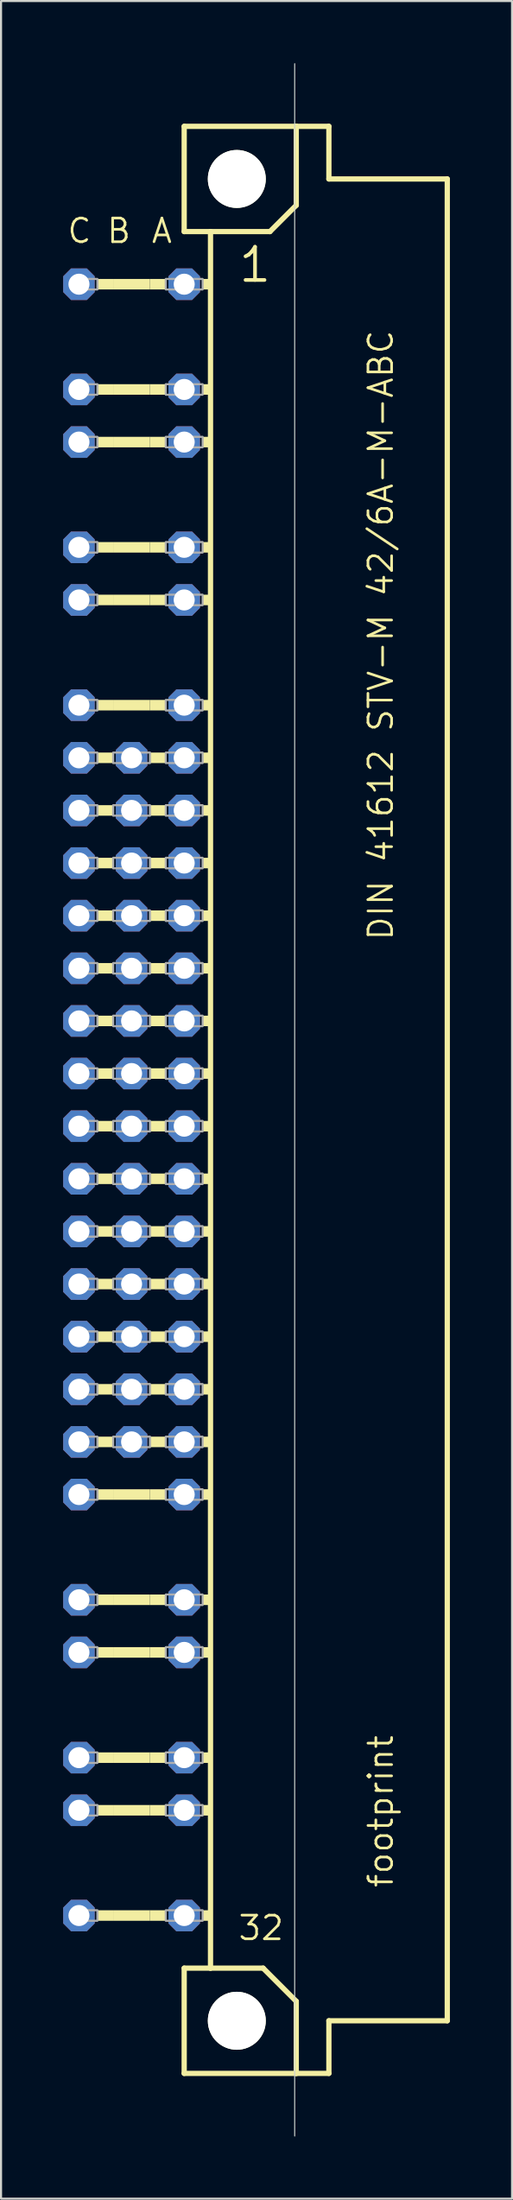
<source format=kicad_pcb>
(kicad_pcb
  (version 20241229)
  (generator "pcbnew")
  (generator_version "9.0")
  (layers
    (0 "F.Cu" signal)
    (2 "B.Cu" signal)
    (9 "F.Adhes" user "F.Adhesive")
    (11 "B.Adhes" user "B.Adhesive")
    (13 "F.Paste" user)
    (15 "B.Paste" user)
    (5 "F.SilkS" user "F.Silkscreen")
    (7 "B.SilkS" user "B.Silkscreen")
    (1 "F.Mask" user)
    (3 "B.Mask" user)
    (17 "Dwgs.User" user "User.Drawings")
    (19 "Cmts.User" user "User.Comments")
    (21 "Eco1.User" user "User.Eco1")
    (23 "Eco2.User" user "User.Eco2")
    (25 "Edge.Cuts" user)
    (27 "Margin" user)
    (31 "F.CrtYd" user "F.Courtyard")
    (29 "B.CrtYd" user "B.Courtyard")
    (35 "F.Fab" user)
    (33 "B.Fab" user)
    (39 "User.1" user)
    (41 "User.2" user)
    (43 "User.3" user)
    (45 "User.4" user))
  (footprint "footprint"
    (layer "F.Cu")
    (at 8.382 50.038)
    (property "Reference" "footprint" (at 7.62 38.1 90) (layer "F.SilkS") (effects (font (size 1.143 1.143) (thickness 0.127)) (justify left bottom)))
    (fp_line (start -2.54 -46.99) (end -2.54 -41.91) (stroke (width 0.254) (type solid)) (layer "F.SilkS"))
    (fp_line (start -2.54 -41.91) (end -1.27 -41.91) (stroke (width 0.254) (type solid)) (layer "F.SilkS"))
    (fp_line (start -2.54 41.91) (end -2.54 46.99) (stroke (width 0.254) (type solid)) (layer "F.SilkS"))
    (fp_line (start -2.54 41.91) (end -1.27 41.91) (stroke (width 0.254) (type solid)) (layer "F.SilkS"))
    (fp_line (start -2.54 46.99) (end 2.87 46.99) (stroke (width 0.254) (type solid)) (layer "F.SilkS"))
    (fp_line (start -1.27 -41.91) (end -1.27 41.91) (stroke (width 0.254) (type solid)) (layer "F.SilkS"))
    (fp_line (start -1.27 -41.91) (end 1.6 -41.91) (stroke (width 0.254) (type solid)) (layer "F.SilkS"))
    (fp_line (start -1.27 41.91) (end 1.27 41.91) (stroke (width 0.254) (type solid)) (layer "F.SilkS"))
    (fp_line (start 1.6 -41.91) (end 2.87 -43.18) (stroke (width 0.254) (type solid)) (layer "F.SilkS"))
    (fp_line (start 2.87 -46.99) (end -2.54 -46.99) (stroke (width 0.254) (type solid)) (layer "F.SilkS"))
    (fp_line (start 2.87 -43.18) (end 2.87 -46.99) (stroke (width 0.254) (type solid)) (layer "F.SilkS"))
    (fp_line (start 2.87 43.51) (end 1.27 41.91) (stroke (width 0.254) (type solid)) (layer "F.SilkS"))
    (fp_line (start 2.87 43.51) (end 2.87 46.99) (stroke (width 0.254) (type solid)) (layer "F.SilkS"))
    (fp_line (start 2.87 46.99) (end 4.445 46.99) (stroke (width 0.254) (type solid)) (layer "F.SilkS"))
    (fp_line (start 4.445 -46.99) (end 2.87 -46.99) (stroke (width 0.254) (type solid)) (layer "F.SilkS"))
    (fp_line (start 4.445 -44.45) (end 4.445 -46.99) (stroke (width 0.254) (type solid)) (layer "F.SilkS"))
    (fp_line (start 4.445 44.45) (end 10.16 44.45) (stroke (width 0.254) (type solid)) (layer "F.SilkS"))
    (fp_line (start 4.445 46.99) (end 4.445 44.45) (stroke (width 0.254) (type solid)) (layer "F.SilkS"))
    (fp_line (start 10.16 -44.45) (end 4.445 -44.45) (stroke (width 0.254) (type solid)) (layer "F.SilkS"))
    (fp_line (start 10.16 44.45) (end 10.16 -44.45) (stroke (width 0.254) (type solid)) (layer "F.SilkS"))
    (fp_circle (center 0 -44.45) (end 1.27 -44.45) (stroke (width 0.254) (type solid)) (fill no) (layer "F.SilkS"))
    (fp_circle (center 0 44.45) (end 1.27 44.45) (stroke (width 0.254) (type solid)) (fill no) (layer "F.SilkS"))
    (fp_poly (pts (xy -6.731 -39.116) (xy -5.969 -39.116) (xy -5.969 -39.624) (xy -6.731 -39.624)) (stroke (width 0) (type solid)) (fill yes) (layer "F.SilkS"))
    (fp_poly (pts (xy -6.731 -34.036) (xy -5.969 -34.036) (xy -5.969 -34.544) (xy -6.731 -34.544)) (stroke (width 0) (type solid)) (fill yes) (layer "F.SilkS"))
    (fp_poly (pts (xy -6.731 -31.496) (xy -5.969 -31.496) (xy -5.969 -32.004) (xy -6.731 -32.004)) (stroke (width 0) (type solid)) (fill yes) (layer "F.SilkS"))
    (fp_poly (pts (xy -6.731 -26.416) (xy -5.969 -26.416) (xy -5.969 -26.924) (xy -6.731 -26.924)) (stroke (width 0) (type solid)) (fill yes) (layer "F.SilkS"))
    (fp_poly (pts (xy -6.731 -23.876) (xy -5.969 -23.876) (xy -5.969 -24.384) (xy -6.731 -24.384)) (stroke (width 0) (type solid)) (fill yes) (layer "F.SilkS"))
    (fp_poly (pts (xy -6.731 -18.796) (xy -5.969 -18.796) (xy -5.969 -19.304) (xy -6.731 -19.304)) (stroke (width 0) (type solid)) (fill yes) (layer "F.SilkS"))
    (fp_poly (pts (xy -6.731 -16.256) (xy -5.969 -16.256) (xy -5.969 -16.764) (xy -6.731 -16.764)) (stroke (width 0) (type solid)) (fill yes) (layer "F.SilkS"))
    (fp_poly (pts (xy -6.731 -13.716) (xy -5.969 -13.716) (xy -5.969 -14.224) (xy -6.731 -14.224)) (stroke (width 0) (type solid)) (fill yes) (layer "F.SilkS"))
    (fp_poly (pts (xy -6.731 -11.176) (xy -5.969 -11.176) (xy -5.969 -11.684) (xy -6.731 -11.684)) (stroke (width 0) (type solid)) (fill yes) (layer "F.SilkS"))
    (fp_poly (pts (xy -6.731 -8.636) (xy -5.969 -8.636) (xy -5.969 -9.144) (xy -6.731 -9.144)) (stroke (width 0) (type solid)) (fill yes) (layer "F.SilkS"))
    (fp_poly (pts (xy -6.731 -6.096) (xy -5.969 -6.096) (xy -5.969 -6.604) (xy -6.731 -6.604)) (stroke (width 0) (type solid)) (fill yes) (layer "F.SilkS"))
    (fp_poly (pts (xy -6.731 -3.556) (xy -5.969 -3.556) (xy -5.969 -4.064) (xy -6.731 -4.064)) (stroke (width 0) (type solid)) (fill yes) (layer "F.SilkS"))
    (fp_poly (pts (xy -6.731 -1.016) (xy -5.969 -1.016) (xy -5.969 -1.524) (xy -6.731 -1.524)) (stroke (width 0) (type solid)) (fill yes) (layer "F.SilkS"))
    (fp_poly (pts (xy -6.731 1.524) (xy -5.969 1.524) (xy -5.969 1.016) (xy -6.731 1.016)) (stroke (width 0) (type solid)) (fill yes) (layer "F.SilkS"))
    (fp_poly (pts (xy -6.731 4.064) (xy -5.969 4.064) (xy -5.969 3.556) (xy -6.731 3.556)) (stroke (width 0) (type solid)) (fill yes) (layer "F.SilkS"))
    (fp_poly (pts (xy -6.731 6.604) (xy -5.969 6.604) (xy -5.969 6.096) (xy -6.731 6.096)) (stroke (width 0) (type solid)) (fill yes) (layer "F.SilkS"))
    (fp_poly (pts (xy -6.731 9.144) (xy -5.969 9.144) (xy -5.969 8.636) (xy -6.731 8.636)) (stroke (width 0) (type solid)) (fill yes) (layer "F.SilkS"))
    (fp_poly (pts (xy -6.731 11.684) (xy -5.969 11.684) (xy -5.969 11.176) (xy -6.731 11.176)) (stroke (width 0) (type solid)) (fill yes) (layer "F.SilkS"))
    (fp_poly (pts (xy -6.731 14.224) (xy -5.969 14.224) (xy -5.969 13.716) (xy -6.731 13.716)) (stroke (width 0) (type solid)) (fill yes) (layer "F.SilkS"))
    (fp_poly (pts (xy -6.731 16.764) (xy -5.969 16.764) (xy -5.969 16.256) (xy -6.731 16.256)) (stroke (width 0) (type solid)) (fill yes) (layer "F.SilkS"))
    (fp_poly (pts (xy -6.731 19.304) (xy -5.969 19.304) (xy -5.969 18.796) (xy -6.731 18.796)) (stroke (width 0) (type solid)) (fill yes) (layer "F.SilkS"))
    (fp_poly (pts (xy -6.731 24.384) (xy -5.969 24.384) (xy -5.969 23.876) (xy -6.731 23.876)) (stroke (width 0) (type solid)) (fill yes) (layer "F.SilkS"))
    (fp_poly (pts (xy -6.731 26.924) (xy -5.969 26.924) (xy -5.969 26.416) (xy -6.731 26.416)) (stroke (width 0) (type solid)) (fill yes) (layer "F.SilkS"))
    (fp_poly (pts (xy -6.731 32.004) (xy -5.969 32.004) (xy -5.969 31.496) (xy -6.731 31.496)) (stroke (width 0) (type solid)) (fill yes) (layer "F.SilkS"))
    (fp_poly (pts (xy -6.731 34.544) (xy -5.969 34.544) (xy -5.969 34.036) (xy -6.731 34.036)) (stroke (width 0) (type solid)) (fill yes) (layer "F.SilkS"))
    (fp_poly (pts (xy -6.731 39.624) (xy -5.969 39.624) (xy -5.969 39.116) (xy -6.731 39.116)) (stroke (width 0) (type solid)) (fill yes) (layer "F.SilkS"))
    (fp_poly (pts (xy -5.969 -39.116) (xy -4.191 -39.116) (xy -4.191 -39.624) (xy -5.969 -39.624)) (stroke (width 0) (type solid)) (fill yes) (layer "F.SilkS"))
    (fp_poly (pts (xy -5.969 -34.036) (xy -4.191 -34.036) (xy -4.191 -34.544) (xy -5.969 -34.544)) (stroke (width 0) (type solid)) (fill yes) (layer "F.SilkS"))
    (fp_poly (pts (xy -5.969 -31.496) (xy -4.191 -31.496) (xy -4.191 -32.004) (xy -5.969 -32.004)) (stroke (width 0) (type solid)) (fill yes) (layer "F.SilkS"))
    (fp_poly (pts (xy -5.969 -26.416) (xy -4.191 -26.416) (xy -4.191 -26.924) (xy -5.969 -26.924)) (stroke (width 0) (type solid)) (fill yes) (layer "F.SilkS"))
    (fp_poly (pts (xy -5.969 -23.876) (xy -4.191 -23.876) (xy -4.191 -24.384) (xy -5.969 -24.384)) (stroke (width 0) (type solid)) (fill yes) (layer "F.SilkS"))
    (fp_poly (pts (xy -5.969 -18.796) (xy -4.191 -18.796) (xy -4.191 -19.304) (xy -5.969 -19.304)) (stroke (width 0) (type solid)) (fill yes) (layer "F.SilkS"))
    (fp_poly (pts (xy -5.969 19.304) (xy -4.191 19.304) (xy -4.191 18.796) (xy -5.969 18.796)) (stroke (width 0) (type solid)) (fill yes) (layer "F.SilkS"))
    (fp_poly (pts (xy -5.969 24.384) (xy -4.191 24.384) (xy -4.191 23.876) (xy -5.969 23.876)) (stroke (width 0) (type solid)) (fill yes) (layer "F.SilkS"))
    (fp_poly (pts (xy -5.969 26.924) (xy -4.191 26.924) (xy -4.191 26.416) (xy -5.969 26.416)) (stroke (width 0) (type solid)) (fill yes) (layer "F.SilkS"))
    (fp_poly (pts (xy -5.969 32.004) (xy -4.191 32.004) (xy -4.191 31.496) (xy -5.969 31.496)) (stroke (width 0) (type solid)) (fill yes) (layer "F.SilkS"))
    (fp_poly (pts (xy -5.969 34.544) (xy -4.191 34.544) (xy -4.191 34.036) (xy -5.969 34.036)) (stroke (width 0) (type solid)) (fill yes) (layer "F.SilkS"))
    (fp_poly (pts (xy -5.969 39.624) (xy -4.191 39.624) (xy -4.191 39.116) (xy -5.969 39.116)) (stroke (width 0) (type solid)) (fill yes) (layer "F.SilkS"))
    (fp_poly (pts (xy -4.191 -39.116) (xy -3.429 -39.116) (xy -3.429 -39.624) (xy -4.191 -39.624)) (stroke (width 0) (type solid)) (fill yes) (layer "F.SilkS"))
    (fp_poly (pts (xy -4.191 -34.036) (xy -3.429 -34.036) (xy -3.429 -34.544) (xy -4.191 -34.544)) (stroke (width 0) (type solid)) (fill yes) (layer "F.SilkS"))
    (fp_poly (pts (xy -4.191 -31.496) (xy -3.429 -31.496) (xy -3.429 -32.004) (xy -4.191 -32.004)) (stroke (width 0) (type solid)) (fill yes) (layer "F.SilkS"))
    (fp_poly (pts (xy -4.191 -26.416) (xy -3.429 -26.416) (xy -3.429 -26.924) (xy -4.191 -26.924)) (stroke (width 0) (type solid)) (fill yes) (layer "F.SilkS"))
    (fp_poly (pts (xy -4.191 -23.876) (xy -3.429 -23.876) (xy -3.429 -24.384) (xy -4.191 -24.384)) (stroke (width 0) (type solid)) (fill yes) (layer "F.SilkS"))
    (fp_poly (pts (xy -4.191 -18.796) (xy -3.429 -18.796) (xy -3.429 -19.304) (xy -4.191 -19.304)) (stroke (width 0) (type solid)) (fill yes) (layer "F.SilkS"))
    (fp_poly (pts (xy -4.191 -16.256) (xy -3.429 -16.256) (xy -3.429 -16.764) (xy -4.191 -16.764)) (stroke (width 0) (type solid)) (fill yes) (layer "F.SilkS"))
    (fp_poly (pts (xy -4.191 -13.716) (xy -3.429 -13.716) (xy -3.429 -14.224) (xy -4.191 -14.224)) (stroke (width 0) (type solid)) (fill yes) (layer "F.SilkS"))
    (fp_poly (pts (xy -4.191 -11.176) (xy -3.429 -11.176) (xy -3.429 -11.684) (xy -4.191 -11.684)) (stroke (width 0) (type solid)) (fill yes) (layer "F.SilkS"))
    (fp_poly (pts (xy -4.191 -8.636) (xy -3.429 -8.636) (xy -3.429 -9.144) (xy -4.191 -9.144)) (stroke (width 0) (type solid)) (fill yes) (layer "F.SilkS"))
    (fp_poly (pts (xy -4.191 -6.096) (xy -3.429 -6.096) (xy -3.429 -6.604) (xy -4.191 -6.604)) (stroke (width 0) (type solid)) (fill yes) (layer "F.SilkS"))
    (fp_poly (pts (xy -4.191 -3.556) (xy -3.429 -3.556) (xy -3.429 -4.064) (xy -4.191 -4.064)) (stroke (width 0) (type solid)) (fill yes) (layer "F.SilkS"))
    (fp_poly (pts (xy -4.191 -1.016) (xy -3.429 -1.016) (xy -3.429 -1.524) (xy -4.191 -1.524)) (stroke (width 0) (type solid)) (fill yes) (layer "F.SilkS"))
    (fp_poly (pts (xy -4.191 1.524) (xy -3.429 1.524) (xy -3.429 1.016) (xy -4.191 1.016)) (stroke (width 0) (type solid)) (fill yes) (layer "F.SilkS"))
    (fp_poly (pts (xy -4.191 4.064) (xy -3.429 4.064) (xy -3.429 3.556) (xy -4.191 3.556)) (stroke (width 0) (type solid)) (fill yes) (layer "F.SilkS"))
    (fp_poly (pts (xy -4.191 6.604) (xy -3.429 6.604) (xy -3.429 6.096) (xy -4.191 6.096)) (stroke (width 0) (type solid)) (fill yes) (layer "F.SilkS"))
    (fp_poly (pts (xy -4.191 9.144) (xy -3.429 9.144) (xy -3.429 8.636) (xy -4.191 8.636)) (stroke (width 0) (type solid)) (fill yes) (layer "F.SilkS"))
    (fp_poly (pts (xy -4.191 11.684) (xy -3.429 11.684) (xy -3.429 11.176) (xy -4.191 11.176)) (stroke (width 0) (type solid)) (fill yes) (layer "F.SilkS"))
    (fp_poly (pts (xy -4.191 14.224) (xy -3.429 14.224) (xy -3.429 13.716) (xy -4.191 13.716)) (stroke (width 0) (type solid)) (fill yes) (layer "F.SilkS"))
    (fp_poly (pts (xy -4.191 16.764) (xy -3.429 16.764) (xy -3.429 16.256) (xy -4.191 16.256)) (stroke (width 0) (type solid)) (fill yes) (layer "F.SilkS"))
    (fp_poly (pts (xy -4.191 19.304) (xy -3.429 19.304) (xy -3.429 18.796) (xy -4.191 18.796)) (stroke (width 0) (type solid)) (fill yes) (layer "F.SilkS"))
    (fp_poly (pts (xy -4.191 24.384) (xy -3.429 24.384) (xy -3.429 23.876) (xy -4.191 23.876)) (stroke (width 0) (type solid)) (fill yes) (layer "F.SilkS"))
    (fp_poly (pts (xy -4.191 26.924) (xy -3.429 26.924) (xy -3.429 26.416) (xy -4.191 26.416)) (stroke (width 0) (type solid)) (fill yes) (layer "F.SilkS"))
    (fp_poly (pts (xy -4.191 32.004) (xy -3.429 32.004) (xy -3.429 31.496) (xy -4.191 31.496)) (stroke (width 0) (type solid)) (fill yes) (layer "F.SilkS"))
    (fp_poly (pts (xy -4.191 34.544) (xy -3.429 34.544) (xy -3.429 34.036) (xy -4.191 34.036)) (stroke (width 0) (type solid)) (fill yes) (layer "F.SilkS"))
    (fp_poly (pts (xy -4.191 39.624) (xy -3.429 39.624) (xy -3.429 39.116) (xy -4.191 39.116)) (stroke (width 0) (type solid)) (fill yes) (layer "F.SilkS"))
    (fp_poly (pts (xy -1.651 -39.116) (xy -1.27 -39.116) (xy -1.27 -39.624) (xy -1.651 -39.624)) (stroke (width 0) (type solid)) (fill yes) (layer "F.SilkS"))
    (fp_poly (pts (xy -1.651 -34.036) (xy -1.27 -34.036) (xy -1.27 -34.544) (xy -1.651 -34.544)) (stroke (width 0) (type solid)) (fill yes) (layer "F.SilkS"))
    (fp_poly (pts (xy -1.651 -31.496) (xy -1.27 -31.496) (xy -1.27 -32.004) (xy -1.651 -32.004)) (stroke (width 0) (type solid)) (fill yes) (layer "F.SilkS"))
    (fp_poly (pts (xy -1.651 -26.416) (xy -1.27 -26.416) (xy -1.27 -26.924) (xy -1.651 -26.924)) (stroke (width 0) (type solid)) (fill yes) (layer "F.SilkS"))
    (fp_poly (pts (xy -1.651 -23.876) (xy -1.27 -23.876) (xy -1.27 -24.384) (xy -1.651 -24.384)) (stroke (width 0) (type solid)) (fill yes) (layer "F.SilkS"))
    (fp_poly (pts (xy -1.651 -18.796) (xy -1.27 -18.796) (xy -1.27 -19.304) (xy -1.651 -19.304)) (stroke (width 0) (type solid)) (fill yes) (layer "F.SilkS"))
    (fp_poly (pts (xy -1.651 -16.256) (xy -1.27 -16.256) (xy -1.27 -16.764) (xy -1.651 -16.764)) (stroke (width 0) (type solid)) (fill yes) (layer "F.SilkS"))
    (fp_poly (pts (xy -1.651 -13.716) (xy -1.27 -13.716) (xy -1.27 -14.224) (xy -1.651 -14.224)) (stroke (width 0) (type solid)) (fill yes) (layer "F.SilkS"))
    (fp_poly (pts (xy -1.651 -11.176) (xy -1.27 -11.176) (xy -1.27 -11.684) (xy -1.651 -11.684)) (stroke (width 0) (type solid)) (fill yes) (layer "F.SilkS"))
    (fp_poly (pts (xy -1.651 -8.636) (xy -1.27 -8.636) (xy -1.27 -9.144) (xy -1.651 -9.144)) (stroke (width 0) (type solid)) (fill yes) (layer "F.SilkS"))
    (fp_poly (pts (xy -1.651 -6.096) (xy -1.27 -6.096) (xy -1.27 -6.604) (xy -1.651 -6.604)) (stroke (width 0) (type solid)) (fill yes) (layer "F.SilkS"))
    (fp_poly (pts (xy -1.651 -3.556) (xy -1.27 -3.556) (xy -1.27 -4.064) (xy -1.651 -4.064)) (stroke (width 0) (type solid)) (fill yes) (layer "F.SilkS"))
    (fp_poly (pts (xy -1.651 -1.016) (xy -1.27 -1.016) (xy -1.27 -1.524) (xy -1.651 -1.524)) (stroke (width 0) (type solid)) (fill yes) (layer "F.SilkS"))
    (fp_poly (pts (xy -1.651 1.524) (xy -1.27 1.524) (xy -1.27 1.016) (xy -1.651 1.016)) (stroke (width 0) (type solid)) (fill yes) (layer "F.SilkS"))
    (fp_poly (pts (xy -1.651 4.064) (xy -1.27 4.064) (xy -1.27 3.556) (xy -1.651 3.556)) (stroke (width 0) (type solid)) (fill yes) (layer "F.SilkS"))
    (fp_poly (pts (xy -1.651 6.604) (xy -1.27 6.604) (xy -1.27 6.096) (xy -1.651 6.096)) (stroke (width 0) (type solid)) (fill yes) (layer "F.SilkS"))
    (fp_poly (pts (xy -1.651 9.144) (xy -1.27 9.144) (xy -1.27 8.636) (xy -1.651 8.636)) (stroke (width 0) (type solid)) (fill yes) (layer "F.SilkS"))
    (fp_poly (pts (xy -1.651 11.684) (xy -1.27 11.684) (xy -1.27 11.176) (xy -1.651 11.176)) (stroke (width 0) (type solid)) (fill yes) (layer "F.SilkS"))
    (fp_poly (pts (xy -1.651 14.224) (xy -1.27 14.224) (xy -1.27 13.716) (xy -1.651 13.716)) (stroke (width 0) (type solid)) (fill yes) (layer "F.SilkS"))
    (fp_poly (pts (xy -1.651 16.764) (xy -1.27 16.764) (xy -1.27 16.256) (xy -1.651 16.256)) (stroke (width 0) (type solid)) (fill yes) (layer "F.SilkS"))
    (fp_poly (pts (xy -1.651 19.304) (xy -1.27 19.304) (xy -1.27 18.796) (xy -1.651 18.796)) (stroke (width 0) (type solid)) (fill yes) (layer "F.SilkS"))
    (fp_poly (pts (xy -1.651 24.384) (xy -1.27 24.384) (xy -1.27 23.876) (xy -1.651 23.876)) (stroke (width 0) (type solid)) (fill yes) (layer "F.SilkS"))
    (fp_poly (pts (xy -1.651 26.924) (xy -1.27 26.924) (xy -1.27 26.416) (xy -1.651 26.416)) (stroke (width 0) (type solid)) (fill yes) (layer "F.SilkS"))
    (fp_poly (pts (xy -1.651 32.004) (xy -1.27 32.004) (xy -1.27 31.496) (xy -1.651 31.496)) (stroke (width 0) (type solid)) (fill yes) (layer "F.SilkS"))
    (fp_poly (pts (xy -1.651 34.544) (xy -1.27 34.544) (xy -1.27 34.036) (xy -1.651 34.036)) (stroke (width 0) (type solid)) (fill yes) (layer "F.SilkS"))
    (fp_poly (pts (xy -1.651 39.624) (xy -1.27 39.624) (xy -1.27 39.116) (xy -1.651 39.116)) (stroke (width 0) (type solid)) (fill yes) (layer "F.SilkS"))
    (fp_line (start 2.794 50.013) (end 2.794 -50.013) (stroke (width 0.05) (type solid)) (layer "Edge.Cuts"))
    (fp_poly (pts (xy -7.874 -39.116) (xy -6.731 -39.116) (xy -6.731 -39.624) (xy -7.874 -39.624)) (stroke (width 0.1) (type solid)) (fill no) (layer "F.Fab"))
    (fp_poly (pts (xy -7.874 -34.036) (xy -6.731 -34.036) (xy -6.731 -34.544) (xy -7.874 -34.544)) (stroke (width 0.1) (type solid)) (fill no) (layer "F.Fab"))
    (fp_poly (pts (xy -7.874 -31.496) (xy -6.731 -31.496) (xy -6.731 -32.004) (xy -7.874 -32.004)) (stroke (width 0.1) (type solid)) (fill no) (layer "F.Fab"))
    (fp_poly (pts (xy -7.874 -26.416) (xy -6.731 -26.416) (xy -6.731 -26.924) (xy -7.874 -26.924)) (stroke (width 0.1) (type solid)) (fill no) (layer "F.Fab"))
    (fp_poly (pts (xy -7.874 -23.876) (xy -6.731 -23.876) (xy -6.731 -24.384) (xy -7.874 -24.384)) (stroke (width 0.1) (type solid)) (fill no) (layer "F.Fab"))
    (fp_poly (pts (xy -7.874 -18.796) (xy -6.731 -18.796) (xy -6.731 -19.304) (xy -7.874 -19.304)) (stroke (width 0.1) (type solid)) (fill no) (layer "F.Fab"))
    (fp_poly (pts (xy -7.874 -16.256) (xy -6.731 -16.256) (xy -6.731 -16.764) (xy -7.874 -16.764)) (stroke (width 0.1) (type solid)) (fill no) (layer "F.Fab"))
    (fp_poly (pts (xy -7.874 -13.716) (xy -6.731 -13.716) (xy -6.731 -14.224) (xy -7.874 -14.224)) (stroke (width 0.1) (type solid)) (fill no) (layer "F.Fab"))
    (fp_poly (pts (xy -7.874 -11.176) (xy -6.731 -11.176) (xy -6.731 -11.684) (xy -7.874 -11.684)) (stroke (width 0.1) (type solid)) (fill no) (layer "F.Fab"))
    (fp_poly (pts (xy -7.874 -8.636) (xy -6.731 -8.636) (xy -6.731 -9.144) (xy -7.874 -9.144)) (stroke (width 0.1) (type solid)) (fill no) (layer "F.Fab"))
    (fp_poly (pts (xy -7.874 -6.096) (xy -6.731 -6.096) (xy -6.731 -6.604) (xy -7.874 -6.604)) (stroke (width 0.1) (type solid)) (fill no) (layer "F.Fab"))
    (fp_poly (pts (xy -7.874 -3.556) (xy -6.731 -3.556) (xy -6.731 -4.064) (xy -7.874 -4.064)) (stroke (width 0.1) (type solid)) (fill no) (layer "F.Fab"))
    (fp_poly (pts (xy -7.874 -1.016) (xy -6.731 -1.016) (xy -6.731 -1.524) (xy -7.874 -1.524)) (stroke (width 0.1) (type solid)) (fill no) (layer "F.Fab"))
    (fp_poly (pts (xy -7.874 1.524) (xy -6.731 1.524) (xy -6.731 1.016) (xy -7.874 1.016)) (stroke (width 0.1) (type solid)) (fill no) (layer "F.Fab"))
    (fp_poly (pts (xy -7.874 4.064) (xy -6.731 4.064) (xy -6.731 3.556) (xy -7.874 3.556)) (stroke (width 0.1) (type solid)) (fill no) (layer "F.Fab"))
    (fp_poly (pts (xy -7.874 6.604) (xy -6.731 6.604) (xy -6.731 6.096) (xy -7.874 6.096)) (stroke (width 0.1) (type solid)) (fill no) (layer "F.Fab"))
    (fp_poly (pts (xy -7.874 9.144) (xy -6.731 9.144) (xy -6.731 8.636) (xy -7.874 8.636)) (stroke (width 0.1) (type solid)) (fill no) (layer "F.Fab"))
    (fp_poly (pts (xy -7.874 11.684) (xy -6.731 11.684) (xy -6.731 11.176) (xy -7.874 11.176)) (stroke (width 0.1) (type solid)) (fill no) (layer "F.Fab"))
    (fp_poly (pts (xy -7.874 14.224) (xy -6.731 14.224) (xy -6.731 13.716) (xy -7.874 13.716)) (stroke (width 0.1) (type solid)) (fill no) (layer "F.Fab"))
    (fp_poly (pts (xy -7.874 16.764) (xy -6.731 16.764) (xy -6.731 16.256) (xy -7.874 16.256)) (stroke (width 0.1) (type solid)) (fill no) (layer "F.Fab"))
    (fp_poly (pts (xy -7.874 19.304) (xy -6.731 19.304) (xy -6.731 18.796) (xy -7.874 18.796)) (stroke (width 0.1) (type solid)) (fill no) (layer "F.Fab"))
    (fp_poly (pts (xy -7.874 24.384) (xy -6.731 24.384) (xy -6.731 23.876) (xy -7.874 23.876)) (stroke (width 0.1) (type solid)) (fill no) (layer "F.Fab"))
    (fp_poly (pts (xy -7.874 26.924) (xy -6.731 26.924) (xy -6.731 26.416) (xy -7.874 26.416)) (stroke (width 0.1) (type solid)) (fill no) (layer "F.Fab"))
    (fp_poly (pts (xy -7.874 32.004) (xy -6.731 32.004) (xy -6.731 31.496) (xy -7.874 31.496)) (stroke (width 0.1) (type solid)) (fill no) (layer "F.Fab"))
    (fp_poly (pts (xy -7.874 34.544) (xy -6.731 34.544) (xy -6.731 34.036) (xy -7.874 34.036)) (stroke (width 0.1) (type solid)) (fill no) (layer "F.Fab"))
    (fp_poly (pts (xy -7.874 39.624) (xy -6.731 39.624) (xy -6.731 39.116) (xy -7.874 39.116)) (stroke (width 0.1) (type solid)) (fill no) (layer "F.Fab"))
    (fp_poly (pts (xy -5.969 -16.256) (xy -4.191 -16.256) (xy -4.191 -16.764) (xy -5.969 -16.764)) (stroke (width 0.1) (type solid)) (fill no) (layer "F.Fab"))
    (fp_poly (pts (xy -5.969 -13.716) (xy -4.191 -13.716) (xy -4.191 -14.224) (xy -5.969 -14.224)) (stroke (width 0.1) (type solid)) (fill no) (layer "F.Fab"))
    (fp_poly (pts (xy -5.969 -11.176) (xy -4.191 -11.176) (xy -4.191 -11.684) (xy -5.969 -11.684)) (stroke (width 0.1) (type solid)) (fill no) (layer "F.Fab"))
    (fp_poly (pts (xy -5.969 -8.636) (xy -4.191 -8.636) (xy -4.191 -9.144) (xy -5.969 -9.144)) (stroke (width 0.1) (type solid)) (fill no) (layer "F.Fab"))
    (fp_poly (pts (xy -5.969 -6.096) (xy -4.191 -6.096) (xy -4.191 -6.604) (xy -5.969 -6.604)) (stroke (width 0.1) (type solid)) (fill no) (layer "F.Fab"))
    (fp_poly (pts (xy -5.969 -3.556) (xy -4.191 -3.556) (xy -4.191 -4.064) (xy -5.969 -4.064)) (stroke (width 0.1) (type solid)) (fill no) (layer "F.Fab"))
    (fp_poly (pts (xy -5.969 -1.016) (xy -4.191 -1.016) (xy -4.191 -1.524) (xy -5.969 -1.524)) (stroke (width 0.1) (type solid)) (fill no) (layer "F.Fab"))
    (fp_poly (pts (xy -5.969 1.524) (xy -4.191 1.524) (xy -4.191 1.016) (xy -5.969 1.016)) (stroke (width 0.1) (type solid)) (fill no) (layer "F.Fab"))
    (fp_poly (pts (xy -5.969 4.064) (xy -4.191 4.064) (xy -4.191 3.556) (xy -5.969 3.556)) (stroke (width 0.1) (type solid)) (fill no) (layer "F.Fab"))
    (fp_poly (pts (xy -5.969 6.604) (xy -4.191 6.604) (xy -4.191 6.096) (xy -5.969 6.096)) (stroke (width 0.1) (type solid)) (fill no) (layer "F.Fab"))
    (fp_poly (pts (xy -5.969 9.144) (xy -4.191 9.144) (xy -4.191 8.636) (xy -5.969 8.636)) (stroke (width 0.1) (type solid)) (fill no) (layer "F.Fab"))
    (fp_poly (pts (xy -5.969 11.684) (xy -4.191 11.684) (xy -4.191 11.176) (xy -5.969 11.176)) (stroke (width 0.1) (type solid)) (fill no) (layer "F.Fab"))
    (fp_poly (pts (xy -5.969 14.224) (xy -4.191 14.224) (xy -4.191 13.716) (xy -5.969 13.716)) (stroke (width 0.1) (type solid)) (fill no) (layer "F.Fab"))
    (fp_poly (pts (xy -5.969 16.764) (xy -4.191 16.764) (xy -4.191 16.256) (xy -5.969 16.256)) (stroke (width 0.1) (type solid)) (fill no) (layer "F.Fab"))
    (fp_poly (pts (xy -3.429 -39.116) (xy -1.651 -39.116) (xy -1.651 -39.624) (xy -3.429 -39.624)) (stroke (width 0.1) (type solid)) (fill no) (layer "F.Fab"))
    (fp_poly (pts (xy -3.429 -34.036) (xy -1.651 -34.036) (xy -1.651 -34.544) (xy -3.429 -34.544)) (stroke (width 0.1) (type solid)) (fill no) (layer "F.Fab"))
    (fp_poly (pts (xy -3.429 -31.496) (xy -1.651 -31.496) (xy -1.651 -32.004) (xy -3.429 -32.004)) (stroke (width 0.1) (type solid)) (fill no) (layer "F.Fab"))
    (fp_poly (pts (xy -3.429 -26.416) (xy -1.651 -26.416) (xy -1.651 -26.924) (xy -3.429 -26.924)) (stroke (width 0.1) (type solid)) (fill no) (layer "F.Fab"))
    (fp_poly (pts (xy -3.429 -23.876) (xy -1.651 -23.876) (xy -1.651 -24.384) (xy -3.429 -24.384)) (stroke (width 0.1) (type solid)) (fill no) (layer "F.Fab"))
    (fp_poly (pts (xy -3.429 -18.796) (xy -1.651 -18.796) (xy -1.651 -19.304) (xy -3.429 -19.304)) (stroke (width 0.1) (type solid)) (fill no) (layer "F.Fab"))
    (fp_poly (pts (xy -3.429 -16.256) (xy -1.651 -16.256) (xy -1.651 -16.764) (xy -3.429 -16.764)) (stroke (width 0.1) (type solid)) (fill no) (layer "F.Fab"))
    (fp_poly (pts (xy -3.429 -13.716) (xy -1.651 -13.716) (xy -1.651 -14.224) (xy -3.429 -14.224)) (stroke (width 0.1) (type solid)) (fill no) (layer "F.Fab"))
    (fp_poly (pts (xy -3.429 -11.176) (xy -1.651 -11.176) (xy -1.651 -11.684) (xy -3.429 -11.684)) (stroke (width 0.1) (type solid)) (fill no) (layer "F.Fab"))
    (fp_poly (pts (xy -3.429 -8.636) (xy -1.651 -8.636) (xy -1.651 -9.144) (xy -3.429 -9.144)) (stroke (width 0.1) (type solid)) (fill no) (layer "F.Fab"))
    (fp_poly (pts (xy -3.429 -6.096) (xy -1.651 -6.096) (xy -1.651 -6.604) (xy -3.429 -6.604)) (stroke (width 0.1) (type solid)) (fill no) (layer "F.Fab"))
    (fp_poly (pts (xy -3.429 -3.556) (xy -1.651 -3.556) (xy -1.651 -4.064) (xy -3.429 -4.064)) (stroke (width 0.1) (type solid)) (fill no) (layer "F.Fab"))
    (fp_poly (pts (xy -3.429 -1.016) (xy -1.651 -1.016) (xy -1.651 -1.524) (xy -3.429 -1.524)) (stroke (width 0.1) (type solid)) (fill no) (layer "F.Fab"))
    (fp_poly (pts (xy -3.429 1.524) (xy -1.651 1.524) (xy -1.651 1.016) (xy -3.429 1.016)) (stroke (width 0.1) (type solid)) (fill no) (layer "F.Fab"))
    (fp_poly (pts (xy -3.429 4.064) (xy -1.651 4.064) (xy -1.651 3.556) (xy -3.429 3.556)) (stroke (width 0.1) (type solid)) (fill no) (layer "F.Fab"))
    (fp_poly (pts (xy -3.429 6.604) (xy -1.651 6.604) (xy -1.651 6.096) (xy -3.429 6.096)) (stroke (width 0.1) (type solid)) (fill no) (layer "F.Fab"))
    (fp_poly (pts (xy -3.429 9.144) (xy -1.651 9.144) (xy -1.651 8.636) (xy -3.429 8.636)) (stroke (width 0.1) (type solid)) (fill no) (layer "F.Fab"))
    (fp_poly (pts (xy -3.429 11.684) (xy -1.651 11.684) (xy -1.651 11.176) (xy -3.429 11.176)) (stroke (width 0.1) (type solid)) (fill no) (layer "F.Fab"))
    (fp_poly (pts (xy -3.429 14.224) (xy -1.651 14.224) (xy -1.651 13.716) (xy -3.429 13.716)) (stroke (width 0.1) (type solid)) (fill no) (layer "F.Fab"))
    (fp_poly (pts (xy -3.429 16.764) (xy -1.651 16.764) (xy -1.651 16.256) (xy -3.429 16.256)) (stroke (width 0.1) (type solid)) (fill no) (layer "F.Fab"))
    (fp_poly (pts (xy -3.429 19.304) (xy -1.651 19.304) (xy -1.651 18.796) (xy -3.429 18.796)) (stroke (width 0.1) (type solid)) (fill no) (layer "F.Fab"))
    (fp_poly (pts (xy -3.429 24.384) (xy -1.651 24.384) (xy -1.651 23.876) (xy -3.429 23.876)) (stroke (width 0.1) (type solid)) (fill no) (layer "F.Fab"))
    (fp_poly (pts (xy -3.429 26.924) (xy -1.651 26.924) (xy -1.651 26.416) (xy -3.429 26.416)) (stroke (width 0.1) (type solid)) (fill no) (layer "F.Fab"))
    (fp_poly (pts (xy -3.429 32.004) (xy -1.651 32.004) (xy -1.651 31.496) (xy -3.429 31.496)) (stroke (width 0.1) (type solid)) (fill no) (layer "F.Fab"))
    (fp_poly (pts (xy -3.429 34.544) (xy -1.651 34.544) (xy -1.651 34.036) (xy -3.429 34.036)) (stroke (width 0.1) (type solid)) (fill no) (layer "F.Fab"))
    (fp_poly (pts (xy -3.429 39.624) (xy -1.651 39.624) (xy -1.651 39.116) (xy -3.429 39.116)) (stroke (width 0.1) (type solid)) (fill no) (layer "F.Fab"))
    (fp_text user "C" (at -8.255 -41.275 0) (layer "F.SilkS") (effects (font (size 1.143 1.143) (thickness 0.127)) (justify left bottom)))
    (fp_text user "1" (at 0 -39.37 0) (layer "F.SilkS") (effects (font (size 1.6 1.6) (thickness 0.178)) (justify left bottom)))
    (fp_text user "32" (at 0 40.64 0) (layer "F.SilkS") (effects (font (size 1.143 1.143) (thickness 0.127)) (justify left bottom)))
    (fp_text user "DIN 41612 STV-M 42/6A-M-ABC" (at 7.62 -7.62 90) (layer "F.SilkS") (effects (font (size 1.143 1.143) (thickness 0.127)) (justify left bottom)))
    (fp_text user "A" (at -4.191 -41.275 0) (layer "F.SilkS") (effects (font (size 1.143 1.143) (thickness 0.127)) (justify left bottom)))
    (fp_text user "B" (at -6.35 -41.275 0) (layer "F.SilkS") (effects (font (size 1.143 1.143) (thickness 0.127)) (justify left bottom)))
    (pad "" np_thru_hole circle (at 0 -44.45) (size 2.8 2.8) (drill 2.8) (layers "*.Cu" "*.Mask"))
    (pad "" np_thru_hole circle (at 0 44.45) (size 2.8 2.8) (drill 2.8) (layers "*.Cu" "*.Mask"))
    (pad "A1" thru_hole roundrect (at -2.54 -39.37) (size 1.524 1.524) (drill 1.016) (layers "*.Cu" "*.Mask") (roundrect_rratio 0.25) (chamfer_ratio 0.25) (chamfer top_left top_right bottom_left bottom_right))
    (pad "A3" thru_hole roundrect (at -2.54 -34.29) (size 1.524 1.524) (drill 1.016) (layers "*.Cu" "*.Mask") (roundrect_rratio 0.25) (chamfer_ratio 0.25) (chamfer top_left top_right bottom_left bottom_right))
    (pad "A4" thru_hole roundrect (at -2.54 -31.75) (size 1.524 1.524) (drill 1.016) (layers "*.Cu" "*.Mask") (roundrect_rratio 0.25) (chamfer_ratio 0.25) (chamfer top_left top_right bottom_left bottom_right))
    (pad "A6" thru_hole roundrect (at -2.54 -26.67) (size 1.524 1.524) (drill 1.016) (layers "*.Cu" "*.Mask") (roundrect_rratio 0.25) (chamfer_ratio 0.25) (chamfer top_left top_right bottom_left bottom_right))
    (pad "A7" thru_hole roundrect (at -2.54 -24.13) (size 1.524 1.524) (drill 1.016) (layers "*.Cu" "*.Mask") (roundrect_rratio 0.25) (chamfer_ratio 0.25) (chamfer top_left top_right bottom_left bottom_right))
    (pad "A9" thru_hole roundrect (at -2.54 -19.05) (size 1.524 1.524) (drill 1.016) (layers "*.Cu" "*.Mask") (roundrect_rratio 0.25) (chamfer_ratio 0.25) (chamfer top_left top_right bottom_left bottom_right))
    (pad "A10" thru_hole roundrect (at -2.54 -16.51) (size 1.524 1.524) (drill 1.016) (layers "*.Cu" "*.Mask") (roundrect_rratio 0.25) (chamfer_ratio 0.25) (chamfer top_left top_right bottom_left bottom_right))
    (pad "A11" thru_hole roundrect (at -2.54 -13.97) (size 1.524 1.524) (drill 1.016) (layers "*.Cu" "*.Mask") (roundrect_rratio 0.25) (chamfer_ratio 0.25) (chamfer top_left top_right bottom_left bottom_right))
    (pad "A12" thru_hole roundrect (at -2.54 -11.43) (size 1.524 1.524) (drill 1.016) (layers "*.Cu" "*.Mask") (roundrect_rratio 0.25) (chamfer_ratio 0.25) (chamfer top_left top_right bottom_left bottom_right))
    (pad "A13" thru_hole roundrect (at -2.54 -8.89) (size 1.524 1.524) (drill 1.016) (layers "*.Cu" "*.Mask") (roundrect_rratio 0.25) (chamfer_ratio 0.25) (chamfer top_left top_right bottom_left bottom_right))
    (pad "A14" thru_hole roundrect (at -2.54 -6.35) (size 1.524 1.524) (drill 1.016) (layers "*.Cu" "*.Mask") (roundrect_rratio 0.25) (chamfer_ratio 0.25) (chamfer top_left top_right bottom_left bottom_right))
    (pad "A15" thru_hole roundrect (at -2.54 -3.81) (size 1.524 1.524) (drill 1.016) (layers "*.Cu" "*.Mask") (roundrect_rratio 0.25) (chamfer_ratio 0.25) (chamfer top_left top_right bottom_left bottom_right))
    (pad "A16" thru_hole roundrect (at -2.54 -1.27) (size 1.524 1.524) (drill 1.016) (layers "*.Cu" "*.Mask") (roundrect_rratio 0.25) (chamfer_ratio 0.25) (chamfer top_left top_right bottom_left bottom_right))
    (pad "A17" thru_hole roundrect (at -2.54 1.27) (size 1.524 1.524) (drill 1.016) (layers "*.Cu" "*.Mask") (roundrect_rratio 0.25) (chamfer_ratio 0.25) (chamfer top_left top_right bottom_left bottom_right))
    (pad "A18" thru_hole roundrect (at -2.54 3.81) (size 1.524 1.524) (drill 1.016) (layers "*.Cu" "*.Mask") (roundrect_rratio 0.25) (chamfer_ratio 0.25) (chamfer top_left top_right bottom_left bottom_right))
    (pad "A19" thru_hole roundrect (at -2.54 6.35) (size 1.524 1.524) (drill 1.016) (layers "*.Cu" "*.Mask") (roundrect_rratio 0.25) (chamfer_ratio 0.25) (chamfer top_left top_right bottom_left bottom_right))
    (pad "A20" thru_hole roundrect (at -2.54 8.89) (size 1.524 1.524) (drill 1.016) (layers "*.Cu" "*.Mask") (roundrect_rratio 0.25) (chamfer_ratio 0.25) (chamfer top_left top_right bottom_left bottom_right))
    (pad "A21" thru_hole roundrect (at -2.54 11.43) (size 1.524 1.524) (drill 1.016) (layers "*.Cu" "*.Mask") (roundrect_rratio 0.25) (chamfer_ratio 0.25) (chamfer top_left top_right bottom_left bottom_right))
    (pad "A22" thru_hole roundrect (at -2.54 13.97) (size 1.524 1.524) (drill 1.016) (layers "*.Cu" "*.Mask") (roundrect_rratio 0.25) (chamfer_ratio 0.25) (chamfer top_left top_right bottom_left bottom_right))
    (pad "A23" thru_hole roundrect (at -2.54 16.51) (size 1.524 1.524) (drill 1.016) (layers "*.Cu" "*.Mask") (roundrect_rratio 0.25) (chamfer_ratio 0.25) (chamfer top_left top_right bottom_left bottom_right))
    (pad "A24" thru_hole roundrect (at -2.54 19.05) (size 1.524 1.524) (drill 1.016) (layers "*.Cu" "*.Mask") (roundrect_rratio 0.25) (chamfer_ratio 0.25) (chamfer top_left top_right bottom_left bottom_right))
    (pad "A26" thru_hole roundrect (at -2.54 24.13) (size 1.524 1.524) (drill 1.016) (layers "*.Cu" "*.Mask") (roundrect_rratio 0.25) (chamfer_ratio 0.25) (chamfer top_left top_right bottom_left bottom_right))
    (pad "A27" thru_hole roundrect (at -2.54 26.67) (size 1.524 1.524) (drill 1.016) (layers "*.Cu" "*.Mask") (roundrect_rratio 0.25) (chamfer_ratio 0.25) (chamfer top_left top_right bottom_left bottom_right))
    (pad "A29" thru_hole roundrect (at -2.54 31.75) (size 1.524 1.524) (drill 1.016) (layers "*.Cu" "*.Mask") (roundrect_rratio 0.25) (chamfer_ratio 0.25) (chamfer top_left top_right bottom_left bottom_right))
    (pad "A30" thru_hole roundrect (at -2.54 34.29) (size 1.524 1.524) (drill 1.016) (layers "*.Cu" "*.Mask") (roundrect_rratio 0.25) (chamfer_ratio 0.25) (chamfer top_left top_right bottom_left bottom_right))
    (pad "A32" thru_hole roundrect (at -2.54 39.37) (size 1.524 1.524) (drill 1.016) (layers "*.Cu" "*.Mask") (roundrect_rratio 0.25) (chamfer_ratio 0.25) (chamfer top_left top_right bottom_left bottom_right))
    (pad "B10" thru_hole roundrect (at -5.08 -16.51) (size 1.524 1.524) (drill 1.016) (layers "*.Cu" "*.Mask") (roundrect_rratio 0.25) (chamfer_ratio 0.25) (chamfer top_left top_right bottom_left bottom_right))
    (pad "B11" thru_hole roundrect (at -5.08 -13.97) (size 1.524 1.524) (drill 1.016) (layers "*.Cu" "*.Mask") (roundrect_rratio 0.25) (chamfer_ratio 0.25) (chamfer top_left top_right bottom_left bottom_right))
    (pad "B12" thru_hole roundrect (at -5.08 -11.43) (size 1.524 1.524) (drill 1.016) (layers "*.Cu" "*.Mask") (roundrect_rratio 0.25) (chamfer_ratio 0.25) (chamfer top_left top_right bottom_left bottom_right))
    (pad "B13" thru_hole roundrect (at -5.08 -8.89) (size 1.524 1.524) (drill 1.016) (layers "*.Cu" "*.Mask") (roundrect_rratio 0.25) (chamfer_ratio 0.25) (chamfer top_left top_right bottom_left bottom_right))
    (pad "B14" thru_hole roundrect (at -5.08 -6.35) (size 1.524 1.524) (drill 1.016) (layers "*.Cu" "*.Mask") (roundrect_rratio 0.25) (chamfer_ratio 0.25) (chamfer top_left top_right bottom_left bottom_right))
    (pad "B15" thru_hole roundrect (at -5.08 -3.81) (size 1.524 1.524) (drill 1.016) (layers "*.Cu" "*.Mask") (roundrect_rratio 0.25) (chamfer_ratio 0.25) (chamfer top_left top_right bottom_left bottom_right))
    (pad "B16" thru_hole roundrect (at -5.08 -1.27) (size 1.524 1.524) (drill 1.016) (layers "*.Cu" "*.Mask") (roundrect_rratio 0.25) (chamfer_ratio 0.25) (chamfer top_left top_right bottom_left bottom_right))
    (pad "B17" thru_hole roundrect (at -5.08 1.27) (size 1.524 1.524) (drill 1.016) (layers "*.Cu" "*.Mask") (roundrect_rratio 0.25) (chamfer_ratio 0.25) (chamfer top_left top_right bottom_left bottom_right))
    (pad "B18" thru_hole roundrect (at -5.08 3.81) (size 1.524 1.524) (drill 1.016) (layers "*.Cu" "*.Mask") (roundrect_rratio 0.25) (chamfer_ratio 0.25) (chamfer top_left top_right bottom_left bottom_right))
    (pad "B19" thru_hole roundrect (at -5.08 6.35) (size 1.524 1.524) (drill 1.016) (layers "*.Cu" "*.Mask") (roundrect_rratio 0.25) (chamfer_ratio 0.25) (chamfer top_left top_right bottom_left bottom_right))
    (pad "B20" thru_hole roundrect (at -5.08 8.89) (size 1.524 1.524) (drill 1.016) (layers "*.Cu" "*.Mask") (roundrect_rratio 0.25) (chamfer_ratio 0.25) (chamfer top_left top_right bottom_left bottom_right))
    (pad "B21" thru_hole roundrect (at -5.08 11.43) (size 1.524 1.524) (drill 1.016) (layers "*.Cu" "*.Mask") (roundrect_rratio 0.25) (chamfer_ratio 0.25) (chamfer top_left top_right bottom_left bottom_right))
    (pad "B22" thru_hole roundrect (at -5.08 13.97) (size 1.524 1.524) (drill 1.016) (layers "*.Cu" "*.Mask") (roundrect_rratio 0.25) (chamfer_ratio 0.25) (chamfer top_left top_right bottom_left bottom_right))
    (pad "B23" thru_hole roundrect (at -5.08 16.51) (size 1.524 1.524) (drill 1.016) (layers "*.Cu" "*.Mask") (roundrect_rratio 0.25) (chamfer_ratio 0.25) (chamfer top_left top_right bottom_left bottom_right))
    (pad "C1" thru_hole roundrect (at -7.62 -39.37) (size 1.524 1.524) (drill 1.016) (layers "*.Cu" "*.Mask") (roundrect_rratio 0.25) (chamfer_ratio 0.25) (chamfer top_left top_right bottom_left bottom_right))
    (pad "C3" thru_hole roundrect (at -7.62 -34.29) (size 1.524 1.524) (drill 1.016) (layers "*.Cu" "*.Mask") (roundrect_rratio 0.25) (chamfer_ratio 0.25) (chamfer top_left top_right bottom_left bottom_right))
    (pad "C4" thru_hole roundrect (at -7.62 -31.75) (size 1.524 1.524) (drill 1.016) (layers "*.Cu" "*.Mask") (roundrect_rratio 0.25) (chamfer_ratio 0.25) (chamfer top_left top_right bottom_left bottom_right))
    (pad "C6" thru_hole roundrect (at -7.62 -26.67) (size 1.524 1.524) (drill 1.016) (layers "*.Cu" "*.Mask") (roundrect_rratio 0.25) (chamfer_ratio 0.25) (chamfer top_left top_right bottom_left bottom_right))
    (pad "C7" thru_hole roundrect (at -7.62 -24.13) (size 1.524 1.524) (drill 1.016) (layers "*.Cu" "*.Mask") (roundrect_rratio 0.25) (chamfer_ratio 0.25) (chamfer top_left top_right bottom_left bottom_right))
    (pad "C9" thru_hole roundrect (at -7.62 -19.05) (size 1.524 1.524) (drill 1.016) (layers "*.Cu" "*.Mask") (roundrect_rratio 0.25) (chamfer_ratio 0.25) (chamfer top_left top_right bottom_left bottom_right))
    (pad "C10" thru_hole roundrect (at -7.62 -16.51) (size 1.524 1.524) (drill 1.016) (layers "*.Cu" "*.Mask") (roundrect_rratio 0.25) (chamfer_ratio 0.25) (chamfer top_left top_right bottom_left bottom_right))
    (pad "C11" thru_hole roundrect (at -7.62 -13.97) (size 1.524 1.524) (drill 1.016) (layers "*.Cu" "*.Mask") (roundrect_rratio 0.25) (chamfer_ratio 0.25) (chamfer top_left top_right bottom_left bottom_right))
    (pad "C12" thru_hole roundrect (at -7.62 -11.43) (size 1.524 1.524) (drill 1.016) (layers "*.Cu" "*.Mask") (roundrect_rratio 0.25) (chamfer_ratio 0.25) (chamfer top_left top_right bottom_left bottom_right))
    (pad "C13" thru_hole roundrect (at -7.62 -8.89) (size 1.524 1.524) (drill 1.016) (layers "*.Cu" "*.Mask") (roundrect_rratio 0.25) (chamfer_ratio 0.25) (chamfer top_left top_right bottom_left bottom_right))
    (pad "C14" thru_hole roundrect (at -7.62 -6.35) (size 1.524 1.524) (drill 1.016) (layers "*.Cu" "*.Mask") (roundrect_rratio 0.25) (chamfer_ratio 0.25) (chamfer top_left top_right bottom_left bottom_right))
    (pad "C15" thru_hole roundrect (at -7.62 -3.81) (size 1.524 1.524) (drill 1.016) (layers "*.Cu" "*.Mask") (roundrect_rratio 0.25) (chamfer_ratio 0.25) (chamfer top_left top_right bottom_left bottom_right))
    (pad "C16" thru_hole roundrect (at -7.62 -1.27) (size 1.524 1.524) (drill 1.016) (layers "*.Cu" "*.Mask") (roundrect_rratio 0.25) (chamfer_ratio 0.25) (chamfer top_left top_right bottom_left bottom_right))
    (pad "C17" thru_hole roundrect (at -7.62 1.27) (size 1.524 1.524) (drill 1.016) (layers "*.Cu" "*.Mask") (roundrect_rratio 0.25) (chamfer_ratio 0.25) (chamfer top_left top_right bottom_left bottom_right))
    (pad "C18" thru_hole roundrect (at -7.62 3.81) (size 1.524 1.524) (drill 1.016) (layers "*.Cu" "*.Mask") (roundrect_rratio 0.25) (chamfer_ratio 0.25) (chamfer top_left top_right bottom_left bottom_right))
    (pad "C19" thru_hole roundrect (at -7.62 6.35) (size 1.524 1.524) (drill 1.016) (layers "*.Cu" "*.Mask") (roundrect_rratio 0.25) (chamfer_ratio 0.25) (chamfer top_left top_right bottom_left bottom_right))
    (pad "C20" thru_hole roundrect (at -7.62 8.89) (size 1.524 1.524) (drill 1.016) (layers "*.Cu" "*.Mask") (roundrect_rratio 0.25) (chamfer_ratio 0.25) (chamfer top_left top_right bottom_left bottom_right))
    (pad "C21" thru_hole roundrect (at -7.62 11.43) (size 1.524 1.524) (drill 1.016) (layers "*.Cu" "*.Mask") (roundrect_rratio 0.25) (chamfer_ratio 0.25) (chamfer top_left top_right bottom_left bottom_right))
    (pad "C22" thru_hole roundrect (at -7.62 13.97) (size 1.524 1.524) (drill 1.016) (layers "*.Cu" "*.Mask") (roundrect_rratio 0.25) (chamfer_ratio 0.25) (chamfer top_left top_right bottom_left bottom_right))
    (pad "C23" thru_hole roundrect (at -7.62 16.51) (size 1.524 1.524) (drill 1.016) (layers "*.Cu" "*.Mask") (roundrect_rratio 0.25) (chamfer_ratio 0.25) (chamfer top_left top_right bottom_left bottom_right))
    (pad "C24" thru_hole roundrect (at -7.62 19.05) (size 1.524 1.524) (drill 1.016) (layers "*.Cu" "*.Mask") (roundrect_rratio 0.25) (chamfer_ratio 0.25) (chamfer top_left top_right bottom_left bottom_right))
    (pad "C26" thru_hole roundrect (at -7.62 24.13) (size 1.524 1.524) (drill 1.016) (layers "*.Cu" "*.Mask") (roundrect_rratio 0.25) (chamfer_ratio 0.25) (chamfer top_left top_right bottom_left bottom_right))
    (pad "C27" thru_hole roundrect (at -7.62 26.67) (size 1.524 1.524) (drill 1.016) (layers "*.Cu" "*.Mask") (roundrect_rratio 0.25) (chamfer_ratio 0.25) (chamfer top_left top_right bottom_left bottom_right))
    (pad "C29" thru_hole roundrect (at -7.62 31.75) (size 1.524 1.524) (drill 1.016) (layers "*.Cu" "*.Mask") (roundrect_rratio 0.25) (chamfer_ratio 0.25) (chamfer top_left top_right bottom_left bottom_right))
    (pad "C30" thru_hole roundrect (at -7.62 34.29) (size 1.524 1.524) (drill 1.016) (layers "*.Cu" "*.Mask") (roundrect_rratio 0.25) (chamfer_ratio 0.25) (chamfer top_left top_right bottom_left bottom_right))
    (pad "C32" thru_hole roundrect (at -7.62 39.37) (size 1.524 1.524) (drill 1.016) (layers "*.Cu" "*.Mask") (roundrect_rratio 0.25) (chamfer_ratio 0.25) (chamfer top_left top_right bottom_left bottom_right))
    (zone (net_name "") (layers "F.Cu" "B.Cu") (hatch edge 0.508) (connect_pads) (min_thickness 0.254) (filled_areas_thickness no) (keepout (tracks allowed) (vias not_allowed) (pads allowed) (copperpour allowed) (footprints allowed)) (placement (enabled no)) (fill) (polygon (pts (xy 11.557 5.588) (xy 11.509 5.036) (xy 11.366 4.502) (xy 11.132 4) (xy 10.814 3.547) (xy 10.423 3.155) (xy 9.97 2.838) (xy 9.468 2.604) (xy 8.933 2.461) (xy 8.382 2.413) (xy 7.831 2.461) (xy 7.296 2.604) (xy 6.795 2.838) (xy 6.341 3.155) (xy 5.95 3.547) (xy 5.632 4) (xy 5.398 4.502) (xy 5.255 5.036) (xy 5.207 5.588) (xy 5.255 6.139) (xy 5.398 6.674) (xy 5.632 7.175) (xy 5.95 7.628) (xy 6.341 8.02) (xy 6.795 8.337) (xy 7.296 8.571) (xy 7.831 8.714) (xy 8.382 8.763) (xy 8.933 8.714) (xy 9.468 8.571) (xy 9.97 8.337) (xy 10.423 8.02) (xy 10.814 7.628) (xy 11.132 7.175) (xy 11.366 6.674) (xy 11.509 6.139))) (polygon (pts (xy 9.779 5.588) (xy 9.758 5.345) (xy 9.695 5.11) (xy 9.592 4.889) (xy 9.452 4.69) (xy 9.28 4.517) (xy 9.081 4.378) (xy 8.86 4.275) (xy 8.625 4.212) (xy 8.382 4.191) (xy 8.139 4.212) (xy 7.904 4.275) (xy 7.684 4.378) (xy 7.484 4.517) (xy 7.312 4.69) (xy 7.172 4.889) (xy 7.069 5.11) (xy 7.006 5.345) (xy 6.985 5.588) (xy 7.006 5.83) (xy 7.069 6.065) (xy 7.172 6.286) (xy 7.312 6.486) (xy 7.484 6.658) (xy 7.684 6.797) (xy 7.904 6.9) (xy 8.139 6.963) (xy 8.382 6.985) (xy 8.625 6.963) (xy 8.86 6.9) (xy 9.081 6.797) (xy 9.28 6.658) (xy 9.452 6.486) (xy 9.592 6.286) (xy 9.695 6.065) (xy 9.758 5.83))))
    (zone (net_name "") (layers "F.Cu" "B.Cu") (hatch edge 0.508) (connect_pads) (min_thickness 0.254) (filled_areas_thickness no) (keepout (tracks allowed) (vias not_allowed) (pads allowed) (copperpour allowed) (footprints allowed)) (placement (enabled no)) (fill) (polygon (pts (xy 11.557 94.488) (xy 11.509 93.936) (xy 11.366 93.402) (xy 11.132 92.9) (xy 10.814 92.447) (xy 10.423 92.055) (xy 9.97 91.738) (xy 9.468 91.504) (xy 8.933 91.361) (xy 8.382 91.313) (xy 7.831 91.361) (xy 7.296 91.504) (xy 6.795 91.738) (xy 6.341 92.055) (xy 5.95 92.447) (xy 5.632 92.9) (xy 5.398 93.402) (xy 5.255 93.936) (xy 5.207 94.488) (xy 5.255 95.039) (xy 5.398 95.574) (xy 5.632 96.075) (xy 5.95 96.528) (xy 6.341 96.92) (xy 6.795 97.237) (xy 7.296 97.471) (xy 7.831 97.614) (xy 8.382 97.663) (xy 8.933 97.614) (xy 9.468 97.471) (xy 9.97 97.237) (xy 10.423 96.92) (xy 10.814 96.528) (xy 11.132 96.075) (xy 11.366 95.574) (xy 11.509 95.039))) (polygon (pts (xy 9.779 94.488) (xy 9.758 94.245) (xy 9.695 94.01) (xy 9.592 93.789) (xy 9.452 93.59) (xy 9.28 93.417) (xy 9.081 93.278) (xy 8.86 93.175) (xy 8.625 93.112) (xy 8.382 93.091) (xy 8.139 93.112) (xy 7.904 93.175) (xy 7.684 93.278) (xy 7.484 93.417) (xy 7.312 93.59) (xy 7.172 93.789) (xy 7.069 94.01) (xy 7.006 94.245) (xy 6.985 94.488) (xy 7.006 94.73) (xy 7.069 94.965) (xy 7.172 95.186) (xy 7.312 95.386) (xy 7.484 95.558) (xy 7.684 95.697) (xy 7.904 95.8) (xy 8.139 95.863) (xy 8.382 95.885) (xy 8.625 95.863) (xy 8.86 95.8) (xy 9.081 95.697) (xy 9.28 95.558) (xy 9.452 95.386) (xy 9.592 95.186) (xy 9.695 94.965) (xy 9.758 94.73))))
    (zone (net_name "") (layer "B.Cu") (hatch edge 0.508) (connect_pads) (min_thickness 0.254) (filled_areas_thickness no) (keepout (tracks not_allowed) (vias not_allowed) (pads not_allowed) (copperpour not_allowed) (footprints allowed)) (placement (enabled no)) (fill) (polygon (pts (xy 11.557 5.588) (xy 11.509 5.036) (xy 11.366 4.502) (xy 11.132 4) (xy 10.814 3.547) (xy 10.423 3.155) (xy 9.97 2.838) (xy 9.468 2.604) (xy 8.933 2.461) (xy 8.382 2.413) (xy 7.831 2.461) (xy 7.296 2.604) (xy 6.795 2.838) (xy 6.341 3.155) (xy 5.95 3.547) (xy 5.632 4) (xy 5.398 4.502) (xy 5.255 5.036) (xy 5.207 5.588) (xy 5.255 6.139) (xy 5.398 6.674) (xy 5.632 7.175) (xy 5.95 7.628) (xy 6.341 8.02) (xy 6.795 8.337) (xy 7.296 8.571) (xy 7.831 8.714) (xy 8.382 8.763) (xy 8.933 8.714) (xy 9.468 8.571) (xy 9.97 8.337) (xy 10.423 8.02) (xy 10.814 7.628) (xy 11.132 7.175) (xy 11.366 6.674) (xy 11.509 6.139))) (polygon (pts (xy 9.779 5.588) (xy 9.758 5.345) (xy 9.695 5.11) (xy 9.592 4.889) (xy 9.452 4.69) (xy 9.28 4.517) (xy 9.081 4.378) (xy 8.86 4.275) (xy 8.625 4.212) (xy 8.382 4.191) (xy 8.139 4.212) (xy 7.904 4.275) (xy 7.684 4.378) (xy 7.484 4.517) (xy 7.312 4.69) (xy 7.172 4.889) (xy 7.069 5.11) (xy 7.006 5.345) (xy 6.985 5.588) (xy 7.006 5.83) (xy 7.069 6.065) (xy 7.172 6.286) (xy 7.312 6.486) (xy 7.484 6.658) (xy 7.684 6.797) (xy 7.904 6.9) (xy 8.139 6.963) (xy 8.382 6.985) (xy 8.625 6.963) (xy 8.86 6.9) (xy 9.081 6.797) (xy 9.28 6.658) (xy 9.452 6.486) (xy 9.592 6.286) (xy 9.695 6.065) (xy 9.758 5.83))))
    (zone (net_name "") (layer "B.Cu") (hatch edge 0.508) (connect_pads) (min_thickness 0.254) (filled_areas_thickness no) (keepout (tracks not_allowed) (vias not_allowed) (pads not_allowed) (copperpour not_allowed) (footprints allowed)) (placement (enabled no)) (fill) (polygon (pts (xy 11.557 94.488) (xy 11.509 93.936) (xy 11.366 93.402) (xy 11.132 92.9) (xy 10.814 92.447) (xy 10.423 92.055) (xy 9.97 91.738) (xy 9.468 91.504) (xy 8.933 91.361) (xy 8.382 91.313) (xy 7.831 91.361) (xy 7.296 91.504) (xy 6.795 91.738) (xy 6.341 92.055) (xy 5.95 92.447) (xy 5.632 92.9) (xy 5.398 93.402) (xy 5.255 93.936) (xy 5.207 94.488) (xy 5.255 95.039) (xy 5.398 95.574) (xy 5.632 96.075) (xy 5.95 96.528) (xy 6.341 96.92) (xy 6.795 97.237) (xy 7.296 97.471) (xy 7.831 97.614) (xy 8.382 97.663) (xy 8.933 97.614) (xy 9.468 97.471) (xy 9.97 97.237) (xy 10.423 96.92) (xy 10.814 96.528) (xy 11.132 96.075) (xy 11.366 95.574) (xy 11.509 95.039))) (polygon (pts (xy 9.779 94.488) (xy 9.758 94.245) (xy 9.695 94.01) (xy 9.592 93.789) (xy 9.452 93.59) (xy 9.28 93.417) (xy 9.081 93.278) (xy 8.86 93.175) (xy 8.625 93.112) (xy 8.382 93.091) (xy 8.139 93.112) (xy 7.904 93.175) (xy 7.684 93.278) (xy 7.484 93.417) (xy 7.312 93.59) (xy 7.172 93.789) (xy 7.069 94.01) (xy 7.006 94.245) (xy 6.985 94.488) (xy 7.006 94.73) (xy 7.069 94.965) (xy 7.172 95.186) (xy 7.312 95.386) (xy 7.484 95.558) (xy 7.684 95.697) (xy 7.904 95.8) (xy 8.139 95.863) (xy 8.382 95.885) (xy 8.625 95.863) (xy 8.86 95.8) (xy 9.081 95.697) (xy 9.28 95.558) (xy 9.452 95.386) (xy 9.592 95.186) (xy 9.695 94.965) (xy 9.758 94.73)))))
  (gr_rect
    (start -3 -3)
    (end 21.669 103.075)
    (stroke (width 0.1) (type default))
    (fill no)
    (layer "Edge.Cuts")))
</source>
